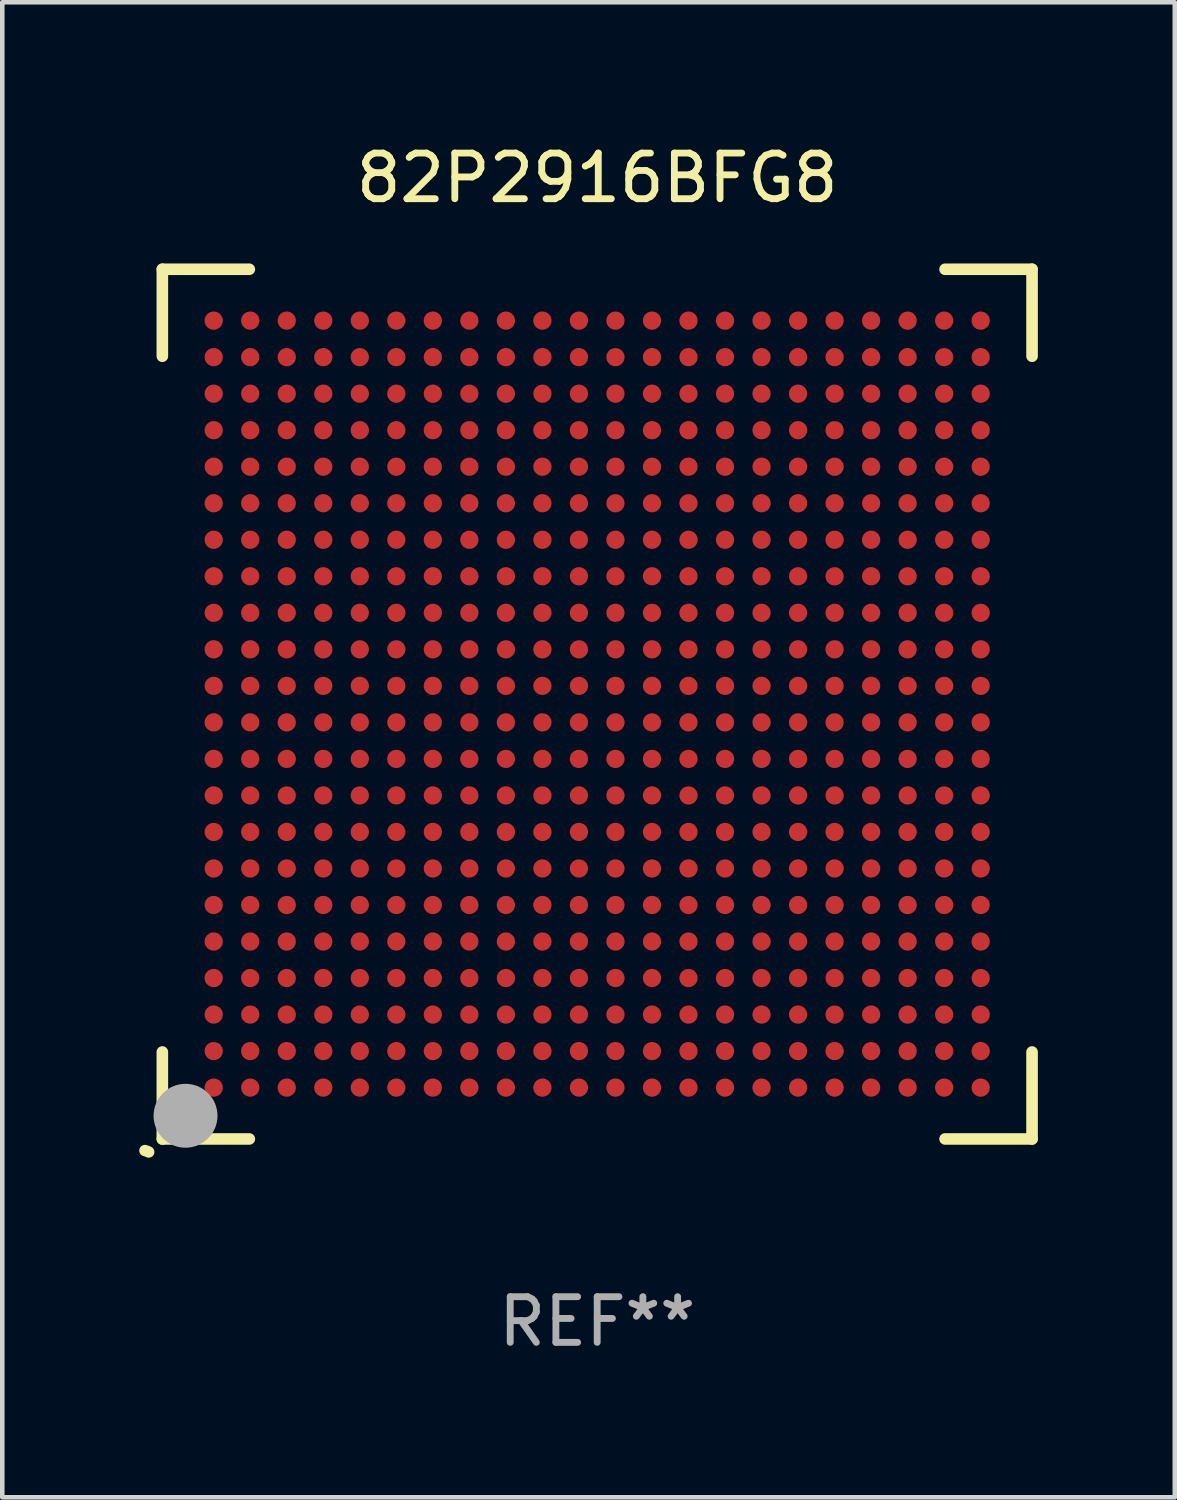
<source format=kicad_pcb>
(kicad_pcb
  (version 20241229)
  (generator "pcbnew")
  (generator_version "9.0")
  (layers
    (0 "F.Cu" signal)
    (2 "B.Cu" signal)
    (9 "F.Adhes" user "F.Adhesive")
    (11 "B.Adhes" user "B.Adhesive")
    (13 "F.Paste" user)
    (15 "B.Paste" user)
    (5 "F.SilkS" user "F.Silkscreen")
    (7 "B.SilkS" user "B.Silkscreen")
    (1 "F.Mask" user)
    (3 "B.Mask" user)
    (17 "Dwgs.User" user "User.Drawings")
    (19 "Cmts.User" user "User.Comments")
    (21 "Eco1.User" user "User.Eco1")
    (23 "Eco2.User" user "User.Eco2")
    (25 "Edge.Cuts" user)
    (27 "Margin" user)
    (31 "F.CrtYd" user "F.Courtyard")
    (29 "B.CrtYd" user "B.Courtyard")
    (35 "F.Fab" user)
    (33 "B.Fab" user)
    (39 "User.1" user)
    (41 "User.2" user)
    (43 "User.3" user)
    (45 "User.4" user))
  (footprint "82P2916BFG8"
    (layer "F.Cu")
    (at 10.031 12.373)
    (property "Reference" "82P2916BFG8" (at 0 -11.525 0) (layer "F.SilkS") (effects (font (size 1 1) (thickness 0.15))))
    (attr through_hole)
    (fp_line (start -9.525 -9.525) (end -7.62 -9.525) (stroke (width 0.254) (type solid)) (layer "F.SilkS"))
    (fp_line (start -9.525 -7.62) (end -9.525 -9.525) (stroke (width 0.254) (type solid)) (layer "F.SilkS"))
    (fp_line (start -9.525 9.525) (end -9.525 7.62) (stroke (width 0.254) (type solid)) (layer "F.SilkS"))
    (fp_line (start -7.62 9.525) (end -9.525 9.525) (stroke (width 0.254) (type solid)) (layer "F.SilkS"))
    (fp_line (start 7.62 -9.525) (end 9.525 -9.525) (stroke (width 0.254) (type solid)) (layer "F.SilkS"))
    (fp_line (start 9.525 -9.525) (end 9.525 -7.62) (stroke (width 0.254) (type solid)) (layer "F.SilkS"))
    (fp_line (start 9.525 7.62) (end 9.525 9.525) (stroke (width 0.254) (type solid)) (layer "F.SilkS"))
    (fp_line (start 9.525 9.525) (end 7.62 9.525) (stroke (width 0.254) (type solid)) (layer "F.SilkS"))
    (fp_arc (start -9.90602 9.778943) (mid -9.863917 9.791423) (end -9.823978 9.809677) (stroke (width 0.249936) (type solid)) (layer "F.SilkS"))
    (fp_circle (center -9.5 9.5) (end -9.47 9.5) (stroke (width 0.06) (type solid)) (fill no) (layer "F.SilkS"))
    (fp_circle (center -9.017 9.017) (end -8.667 9.017) (stroke (width 0.7) (type solid)) (fill no) (layer "F.Fab"))
    (fp_text user "REF**" (at 0 13.525 0) (layer "F.Fab") (effects (font (size 1 1) (thickness 0.15))))
    (pad "A1" smd circle (at -8.4 8.4) (size 0.4 0.4) (layers "F.Cu" "F.Mask" "F.Paste"))
    (pad "A2" smd circle (at -8.4 7.6) (size 0.4 0.4) (layers "F.Cu" "F.Mask" "F.Paste"))
    (pad "A3" smd circle (at -8.4 6.8) (size 0.4 0.4) (layers "F.Cu" "F.Mask" "F.Paste"))
    (pad "A4" smd circle (at -8.4 6) (size 0.4 0.4) (layers "F.Cu" "F.Mask" "F.Paste"))
    (pad "A5" smd circle (at -8.4 5.2) (size 0.4 0.4) (layers "F.Cu" "F.Mask" "F.Paste"))
    (pad "A6" smd circle (at -8.4 4.4) (size 0.4 0.4) (layers "F.Cu" "F.Mask" "F.Paste"))
    (pad "A7" smd circle (at -8.4 3.6) (size 0.4 0.4) (layers "F.Cu" "F.Mask" "F.Paste"))
    (pad "A8" smd circle (at -8.4 2.8) (size 0.4 0.4) (layers "F.Cu" "F.Mask" "F.Paste"))
    (pad "A9" smd circle (at -8.4 2) (size 0.4 0.4) (layers "F.Cu" "F.Mask" "F.Paste"))
    (pad "A10" smd circle (at -8.4 1.2) (size 0.4 0.4) (layers "F.Cu" "F.Mask" "F.Paste"))
    (pad "A11" smd circle (at -8.4 0.4) (size 0.4 0.4) (layers "F.Cu" "F.Mask" "F.Paste"))
    (pad "A12" smd circle (at -8.4 -0.4) (size 0.4 0.4) (layers "F.Cu" "F.Mask" "F.Paste"))
    (pad "A13" smd circle (at -8.4 -1.2) (size 0.4 0.4) (layers "F.Cu" "F.Mask" "F.Paste"))
    (pad "A14" smd circle (at -8.4 -2) (size 0.4 0.4) (layers "F.Cu" "F.Mask" "F.Paste"))
    (pad "A15" smd circle (at -8.4 -2.8) (size 0.4 0.4) (layers "F.Cu" "F.Mask" "F.Paste"))
    (pad "A16" smd circle (at -8.4 -3.6) (size 0.4 0.4) (layers "F.Cu" "F.Mask" "F.Paste"))
    (pad "A17" smd circle (at -8.4 -4.4) (size 0.4 0.4) (layers "F.Cu" "F.Mask" "F.Paste"))
    (pad "A18" smd circle (at -8.4 -5.2) (size 0.4 0.4) (layers "F.Cu" "F.Mask" "F.Paste"))
    (pad "A19" smd circle (at -8.4 -6) (size 0.4 0.4) (layers "F.Cu" "F.Mask" "F.Paste"))
    (pad "A20" smd circle (at -8.4 -6.8) (size 0.4 0.4) (layers "F.Cu" "F.Mask" "F.Paste"))
    (pad "A21" smd circle (at -8.4 -7.6) (size 0.4 0.4) (layers "F.Cu" "F.Mask" "F.Paste"))
    (pad "A22" smd circle (at -8.4 -8.4) (size 0.4 0.4) (layers "F.Cu" "F.Mask" "F.Paste"))
    (pad "AA1" smd circle (at 7.6 8.4) (size 0.4 0.4) (layers "F.Cu" "F.Mask" "F.Paste"))
    (pad "AA2" smd circle (at 7.6 7.6) (size 0.4 0.4) (layers "F.Cu" "F.Mask" "F.Paste"))
    (pad "AA3" smd circle (at 7.6 6.8) (size 0.4 0.4) (layers "F.Cu" "F.Mask" "F.Paste"))
    (pad "AA4" smd circle (at 7.6 6) (size 0.4 0.4) (layers "F.Cu" "F.Mask" "F.Paste"))
    (pad "AA5" smd circle (at 7.6 5.2) (size 0.4 0.4) (layers "F.Cu" "F.Mask" "F.Paste"))
    (pad "AA6" smd circle (at 7.6 4.4) (size 0.4 0.4) (layers "F.Cu" "F.Mask" "F.Paste"))
    (pad "AA7" smd circle (at 7.6 3.6) (size 0.4 0.4) (layers "F.Cu" "F.Mask" "F.Paste"))
    (pad "AA8" smd circle (at 7.6 2.8) (size 0.4 0.4) (layers "F.Cu" "F.Mask" "F.Paste"))
    (pad "AA9" smd circle (at 7.6 2) (size 0.4 0.4) (layers "F.Cu" "F.Mask" "F.Paste"))
    (pad "AA10" smd circle (at 7.6 1.2) (size 0.4 0.4) (layers "F.Cu" "F.Mask" "F.Paste"))
    (pad "AA11" smd circle (at 7.6 0.4) (size 0.4 0.4) (layers "F.Cu" "F.Mask" "F.Paste"))
    (pad "AA12" smd circle (at 7.6 -0.4) (size 0.4 0.4) (layers "F.Cu" "F.Mask" "F.Paste"))
    (pad "AA13" smd circle (at 7.6 -1.2) (size 0.4 0.4) (layers "F.Cu" "F.Mask" "F.Paste"))
    (pad "AA14" smd circle (at 7.6 -2) (size 0.4 0.4) (layers "F.Cu" "F.Mask" "F.Paste"))
    (pad "AA15" smd circle (at 7.6 -2.8) (size 0.4 0.4) (layers "F.Cu" "F.Mask" "F.Paste"))
    (pad "AA16" smd circle (at 7.6 -3.6) (size 0.4 0.4) (layers "F.Cu" "F.Mask" "F.Paste"))
    (pad "AA17" smd circle (at 7.6 -4.4) (size 0.4 0.4) (layers "F.Cu" "F.Mask" "F.Paste"))
    (pad "AA18" smd circle (at 7.6 -5.2) (size 0.4 0.4) (layers "F.Cu" "F.Mask" "F.Paste"))
    (pad "AA19" smd circle (at 7.6 -6) (size 0.4 0.4) (layers "F.Cu" "F.Mask" "F.Paste"))
    (pad "AA20" smd circle (at 7.6 -6.8) (size 0.4 0.4) (layers "F.Cu" "F.Mask" "F.Paste"))
    (pad "AA21" smd circle (at 7.6 -7.6) (size 0.4 0.4) (layers "F.Cu" "F.Mask" "F.Paste"))
    (pad "AA22" smd circle (at 7.6 -8.4) (size 0.4 0.4) (layers "F.Cu" "F.Mask" "F.Paste"))
    (pad "AB1" smd circle (at 8.4 8.4) (size 0.4 0.4) (layers "F.Cu" "F.Mask" "F.Paste"))
    (pad "AB2" smd circle (at 8.4 7.6) (size 0.4 0.4) (layers "F.Cu" "F.Mask" "F.Paste"))
    (pad "AB3" smd circle (at 8.4 6.8) (size 0.4 0.4) (layers "F.Cu" "F.Mask" "F.Paste"))
    (pad "AB4" smd circle (at 8.4 6) (size 0.4 0.4) (layers "F.Cu" "F.Mask" "F.Paste"))
    (pad "AB5" smd circle (at 8.4 5.2) (size 0.4 0.4) (layers "F.Cu" "F.Mask" "F.Paste"))
    (pad "AB6" smd circle (at 8.4 4.4) (size 0.4 0.4) (layers "F.Cu" "F.Mask" "F.Paste"))
    (pad "AB7" smd circle (at 8.4 3.6) (size 0.4 0.4) (layers "F.Cu" "F.Mask" "F.Paste"))
    (pad "AB8" smd circle (at 8.4 2.8) (size 0.4 0.4) (layers "F.Cu" "F.Mask" "F.Paste"))
    (pad "AB9" smd circle (at 8.4 2) (size 0.4 0.4) (layers "F.Cu" "F.Mask" "F.Paste"))
    (pad "AB10" smd circle (at 8.4 1.2) (size 0.4 0.4) (layers "F.Cu" "F.Mask" "F.Paste"))
    (pad "AB11" smd circle (at 8.4 0.4) (size 0.4 0.4) (layers "F.Cu" "F.Mask" "F.Paste"))
    (pad "AB12" smd circle (at 8.4 -0.4) (size 0.4 0.4) (layers "F.Cu" "F.Mask" "F.Paste"))
    (pad "AB13" smd circle (at 8.4 -1.2) (size 0.4 0.4) (layers "F.Cu" "F.Mask" "F.Paste"))
    (pad "AB14" smd circle (at 8.4 -2) (size 0.4 0.4) (layers "F.Cu" "F.Mask" "F.Paste"))
    (pad "AB15" smd circle (at 8.4 -2.8) (size 0.4 0.4) (layers "F.Cu" "F.Mask" "F.Paste"))
    (pad "AB16" smd circle (at 8.4 -3.6) (size 0.4 0.4) (layers "F.Cu" "F.Mask" "F.Paste"))
    (pad "AB17" smd circle (at 8.4 -4.4) (size 0.4 0.4) (layers "F.Cu" "F.Mask" "F.Paste"))
    (pad "AB18" smd circle (at 8.4 -5.2) (size 0.4 0.4) (layers "F.Cu" "F.Mask" "F.Paste"))
    (pad "AB19" smd circle (at 8.4 -6) (size 0.4 0.4) (layers "F.Cu" "F.Mask" "F.Paste"))
    (pad "AB20" smd circle (at 8.4 -6.8) (size 0.4 0.4) (layers "F.Cu" "F.Mask" "F.Paste"))
    (pad "AB21" smd circle (at 8.4 -7.6) (size 0.4 0.4) (layers "F.Cu" "F.Mask" "F.Paste"))
    (pad "AB22" smd circle (at 8.4 -8.4) (size 0.4 0.4) (layers "F.Cu" "F.Mask" "F.Paste"))
    (pad "B1" smd circle (at -7.6 8.4) (size 0.4 0.4) (layers "F.Cu" "F.Mask" "F.Paste"))
    (pad "B2" smd circle (at -7.6 7.6) (size 0.4 0.4) (layers "F.Cu" "F.Mask" "F.Paste"))
    (pad "B3" smd circle (at -7.6 6.8) (size 0.4 0.4) (layers "F.Cu" "F.Mask" "F.Paste"))
    (pad "B4" smd circle (at -7.6 6) (size 0.4 0.4) (layers "F.Cu" "F.Mask" "F.Paste"))
    (pad "B5" smd circle (at -7.6 5.2) (size 0.4 0.4) (layers "F.Cu" "F.Mask" "F.Paste"))
    (pad "B6" smd circle (at -7.6 4.4) (size 0.4 0.4) (layers "F.Cu" "F.Mask" "F.Paste"))
    (pad "B7" smd circle (at -7.6 3.6) (size 0.4 0.4) (layers "F.Cu" "F.Mask" "F.Paste"))
    (pad "B8" smd circle (at -7.6 2.8) (size 0.4 0.4) (layers "F.Cu" "F.Mask" "F.Paste"))
    (pad "B9" smd circle (at -7.6 2) (size 0.4 0.4) (layers "F.Cu" "F.Mask" "F.Paste"))
    (pad "B10" smd circle (at -7.6 1.2) (size 0.4 0.4) (layers "F.Cu" "F.Mask" "F.Paste"))
    (pad "B11" smd circle (at -7.6 0.4) (size 0.4 0.4) (layers "F.Cu" "F.Mask" "F.Paste"))
    (pad "B12" smd circle (at -7.6 -0.4) (size 0.4 0.4) (layers "F.Cu" "F.Mask" "F.Paste"))
    (pad "B13" smd circle (at -7.6 -1.2) (size 0.4 0.4) (layers "F.Cu" "F.Mask" "F.Paste"))
    (pad "B14" smd circle (at -7.6 -2) (size 0.4 0.4) (layers "F.Cu" "F.Mask" "F.Paste"))
    (pad "B15" smd circle (at -7.6 -2.8) (size 0.4 0.4) (layers "F.Cu" "F.Mask" "F.Paste"))
    (pad "B16" smd circle (at -7.6 -3.6) (size 0.4 0.4) (layers "F.Cu" "F.Mask" "F.Paste"))
    (pad "B17" smd circle (at -7.6 -4.4) (size 0.4 0.4) (layers "F.Cu" "F.Mask" "F.Paste"))
    (pad "B18" smd circle (at -7.6 -5.2) (size 0.4 0.4) (layers "F.Cu" "F.Mask" "F.Paste"))
    (pad "B19" smd circle (at -7.6 -6) (size 0.4 0.4) (layers "F.Cu" "F.Mask" "F.Paste"))
    (pad "B20" smd circle (at -7.6 -6.8) (size 0.4 0.4) (layers "F.Cu" "F.Mask" "F.Paste"))
    (pad "B21" smd circle (at -7.6 -7.6) (size 0.4 0.4) (layers "F.Cu" "F.Mask" "F.Paste"))
    (pad "B22" smd circle (at -7.6 -8.4) (size 0.4 0.4) (layers "F.Cu" "F.Mask" "F.Paste"))
    (pad "C1" smd circle (at -6.8 8.4) (size 0.4 0.4) (layers "F.Cu" "F.Mask" "F.Paste"))
    (pad "C2" smd circle (at -6.8 7.6) (size 0.4 0.4) (layers "F.Cu" "F.Mask" "F.Paste"))
    (pad "C3" smd circle (at -6.8 6.8) (size 0.4 0.4) (layers "F.Cu" "F.Mask" "F.Paste"))
    (pad "C4" smd circle (at -6.8 6) (size 0.4 0.4) (layers "F.Cu" "F.Mask" "F.Paste"))
    (pad "C5" smd circle (at -6.8 5.2) (size 0.4 0.4) (layers "F.Cu" "F.Mask" "F.Paste"))
    (pad "C6" smd circle (at -6.8 4.4) (size 0.4 0.4) (layers "F.Cu" "F.Mask" "F.Paste"))
    (pad "C7" smd circle (at -6.8 3.6) (size 0.4 0.4) (layers "F.Cu" "F.Mask" "F.Paste"))
    (pad "C8" smd circle (at -6.8 2.8) (size 0.4 0.4) (layers "F.Cu" "F.Mask" "F.Paste"))
    (pad "C9" smd circle (at -6.8 2) (size 0.4 0.4) (layers "F.Cu" "F.Mask" "F.Paste"))
    (pad "C10" smd circle (at -6.8 1.2) (size 0.4 0.4) (layers "F.Cu" "F.Mask" "F.Paste"))
    (pad "C11" smd circle (at -6.8 0.4) (size 0.4 0.4) (layers "F.Cu" "F.Mask" "F.Paste"))
    (pad "C12" smd circle (at -6.8 -0.4) (size 0.4 0.4) (layers "F.Cu" "F.Mask" "F.Paste"))
    (pad "C13" smd circle (at -6.8 -1.2) (size 0.4 0.4) (layers "F.Cu" "F.Mask" "F.Paste"))
    (pad "C14" smd circle (at -6.8 -2) (size 0.4 0.4) (layers "F.Cu" "F.Mask" "F.Paste"))
    (pad "C15" smd circle (at -6.8 -2.8) (size 0.4 0.4) (layers "F.Cu" "F.Mask" "F.Paste"))
    (pad "C16" smd circle (at -6.8 -3.6) (size 0.4 0.4) (layers "F.Cu" "F.Mask" "F.Paste"))
    (pad "C17" smd circle (at -6.8 -4.4) (size 0.4 0.4) (layers "F.Cu" "F.Mask" "F.Paste"))
    (pad "C18" smd circle (at -6.8 -5.2) (size 0.4 0.4) (layers "F.Cu" "F.Mask" "F.Paste"))
    (pad "C19" smd circle (at -6.8 -6) (size 0.4 0.4) (layers "F.Cu" "F.Mask" "F.Paste"))
    (pad "C20" smd circle (at -6.8 -6.8) (size 0.4 0.4) (layers "F.Cu" "F.Mask" "F.Paste"))
    (pad "C21" smd circle (at -6.8 -7.6) (size 0.4 0.4) (layers "F.Cu" "F.Mask" "F.Paste"))
    (pad "C22" smd circle (at -6.8 -8.4) (size 0.4 0.4) (layers "F.Cu" "F.Mask" "F.Paste"))
    (pad "D1" smd circle (at -6 8.4) (size 0.4 0.4) (layers "F.Cu" "F.Mask" "F.Paste"))
    (pad "D2" smd circle (at -6 7.6) (size 0.4 0.4) (layers "F.Cu" "F.Mask" "F.Paste"))
    (pad "D3" smd circle (at -6 6.8) (size 0.4 0.4) (layers "F.Cu" "F.Mask" "F.Paste"))
    (pad "D4" smd circle (at -6 6) (size 0.4 0.4) (layers "F.Cu" "F.Mask" "F.Paste"))
    (pad "D5" smd circle (at -6 5.2) (size 0.4 0.4) (layers "F.Cu" "F.Mask" "F.Paste"))
    (pad "D6" smd circle (at -6 4.4) (size 0.4 0.4) (layers "F.Cu" "F.Mask" "F.Paste"))
    (pad "D7" smd circle (at -6 3.6) (size 0.4 0.4) (layers "F.Cu" "F.Mask" "F.Paste"))
    (pad "D8" smd circle (at -6 2.8) (size 0.4 0.4) (layers "F.Cu" "F.Mask" "F.Paste"))
    (pad "D9" smd circle (at -6 2) (size 0.4 0.4) (layers "F.Cu" "F.Mask" "F.Paste"))
    (pad "D10" smd circle (at -6 1.2) (size 0.4 0.4) (layers "F.Cu" "F.Mask" "F.Paste"))
    (pad "D11" smd circle (at -6 0.4) (size 0.4 0.4) (layers "F.Cu" "F.Mask" "F.Paste"))
    (pad "D12" smd circle (at -6 -0.4) (size 0.4 0.4) (layers "F.Cu" "F.Mask" "F.Paste"))
    (pad "D13" smd circle (at -6 -1.2) (size 0.4 0.4) (layers "F.Cu" "F.Mask" "F.Paste"))
    (pad "D14" smd circle (at -6 -2) (size 0.4 0.4) (layers "F.Cu" "F.Mask" "F.Paste"))
    (pad "D15" smd circle (at -6 -2.8) (size 0.4 0.4) (layers "F.Cu" "F.Mask" "F.Paste"))
    (pad "D16" smd circle (at -6 -3.6) (size 0.4 0.4) (layers "F.Cu" "F.Mask" "F.Paste"))
    (pad "D17" smd circle (at -6 -4.4) (size 0.4 0.4) (layers "F.Cu" "F.Mask" "F.Paste"))
    (pad "D18" smd circle (at -6 -5.2) (size 0.4 0.4) (layers "F.Cu" "F.Mask" "F.Paste"))
    (pad "D19" smd circle (at -6 -6) (size 0.4 0.4) (layers "F.Cu" "F.Mask" "F.Paste"))
    (pad "D20" smd circle (at -6 -6.8) (size 0.4 0.4) (layers "F.Cu" "F.Mask" "F.Paste"))
    (pad "D21" smd circle (at -6 -7.6) (size 0.4 0.4) (layers "F.Cu" "F.Mask" "F.Paste"))
    (pad "D22" smd circle (at -6 -8.4) (size 0.4 0.4) (layers "F.Cu" "F.Mask" "F.Paste"))
    (pad "E1" smd circle (at -5.2 8.4) (size 0.4 0.4) (layers "F.Cu" "F.Mask" "F.Paste"))
    (pad "E2" smd circle (at -5.2 7.6) (size 0.4 0.4) (layers "F.Cu" "F.Mask" "F.Paste"))
    (pad "E3" smd circle (at -5.2 6.8) (size 0.4 0.4) (layers "F.Cu" "F.Mask" "F.Paste"))
    (pad "E4" smd circle (at -5.2 6) (size 0.4 0.4) (layers "F.Cu" "F.Mask" "F.Paste"))
    (pad "E5" smd circle (at -5.2 5.2) (size 0.4 0.4) (layers "F.Cu" "F.Mask" "F.Paste"))
    (pad "E6" smd circle (at -5.2 4.4) (size 0.4 0.4) (layers "F.Cu" "F.Mask" "F.Paste"))
    (pad "E7" smd circle (at -5.2 3.6) (size 0.4 0.4) (layers "F.Cu" "F.Mask" "F.Paste"))
    (pad "E8" smd circle (at -5.2 2.8) (size 0.4 0.4) (layers "F.Cu" "F.Mask" "F.Paste"))
    (pad "E9" smd circle (at -5.2 2) (size 0.4 0.4) (layers "F.Cu" "F.Mask" "F.Paste"))
    (pad "E10" smd circle (at -5.2 1.2) (size 0.4 0.4) (layers "F.Cu" "F.Mask" "F.Paste"))
    (pad "E11" smd circle (at -5.2 0.4) (size 0.4 0.4) (layers "F.Cu" "F.Mask" "F.Paste"))
    (pad "E12" smd circle (at -5.2 -0.4) (size 0.4 0.4) (layers "F.Cu" "F.Mask" "F.Paste"))
    (pad "E13" smd circle (at -5.2 -1.2) (size 0.4 0.4) (layers "F.Cu" "F.Mask" "F.Paste"))
    (pad "E14" smd circle (at -5.2 -2) (size 0.4 0.4) (layers "F.Cu" "F.Mask" "F.Paste"))
    (pad "E15" smd circle (at -5.2 -2.8) (size 0.4 0.4) (layers "F.Cu" "F.Mask" "F.Paste"))
    (pad "E16" smd circle (at -5.2 -3.6) (size 0.4 0.4) (layers "F.Cu" "F.Mask" "F.Paste"))
    (pad "E17" smd circle (at -5.2 -4.4) (size 0.4 0.4) (layers "F.Cu" "F.Mask" "F.Paste"))
    (pad "E18" smd circle (at -5.2 -5.2) (size 0.4 0.4) (layers "F.Cu" "F.Mask" "F.Paste"))
    (pad "E19" smd circle (at -5.2 -6) (size 0.4 0.4) (layers "F.Cu" "F.Mask" "F.Paste"))
    (pad "E20" smd circle (at -5.2 -6.8) (size 0.4 0.4) (layers "F.Cu" "F.Mask" "F.Paste"))
    (pad "E21" smd circle (at -5.2 -7.6) (size 0.4 0.4) (layers "F.Cu" "F.Mask" "F.Paste"))
    (pad "E22" smd circle (at -5.2 -8.4) (size 0.4 0.4) (layers "F.Cu" "F.Mask" "F.Paste"))
    (pad "F1" smd circle (at -4.4 8.4) (size 0.4 0.4) (layers "F.Cu" "F.Mask" "F.Paste"))
    (pad "F2" smd circle (at -4.4 7.6) (size 0.4 0.4) (layers "F.Cu" "F.Mask" "F.Paste"))
    (pad "F3" smd circle (at -4.4 6.8) (size 0.4 0.4) (layers "F.Cu" "F.Mask" "F.Paste"))
    (pad "F4" smd circle (at -4.4 6) (size 0.4 0.4) (layers "F.Cu" "F.Mask" "F.Paste"))
    (pad "F5" smd circle (at -4.4 5.2) (size 0.4 0.4) (layers "F.Cu" "F.Mask" "F.Paste"))
    (pad "F6" smd circle (at -4.4 4.4) (size 0.4 0.4) (layers "F.Cu" "F.Mask" "F.Paste"))
    (pad "F7" smd circle (at -4.4 3.6) (size 0.4 0.4) (layers "F.Cu" "F.Mask" "F.Paste"))
    (pad "F8" smd circle (at -4.4 2.8) (size 0.4 0.4) (layers "F.Cu" "F.Mask" "F.Paste"))
    (pad "F9" smd circle (at -4.4 2) (size 0.4 0.4) (layers "F.Cu" "F.Mask" "F.Paste"))
    (pad "F10" smd circle (at -4.4 1.2) (size 0.4 0.4) (layers "F.Cu" "F.Mask" "F.Paste"))
    (pad "F11" smd circle (at -4.4 0.4) (size 0.4 0.4) (layers "F.Cu" "F.Mask" "F.Paste"))
    (pad "F12" smd circle (at -4.4 -0.4) (size 0.4 0.4) (layers "F.Cu" "F.Mask" "F.Paste"))
    (pad "F13" smd circle (at -4.4 -1.2) (size 0.4 0.4) (layers "F.Cu" "F.Mask" "F.Paste"))
    (pad "F14" smd circle (at -4.4 -2) (size 0.4 0.4) (layers "F.Cu" "F.Mask" "F.Paste"))
    (pad "F15" smd circle (at -4.4 -2.8) (size 0.4 0.4) (layers "F.Cu" "F.Mask" "F.Paste"))
    (pad "F16" smd circle (at -4.4 -3.6) (size 0.4 0.4) (layers "F.Cu" "F.Mask" "F.Paste"))
    (pad "F17" smd circle (at -4.4 -4.4) (size 0.4 0.4) (layers "F.Cu" "F.Mask" "F.Paste"))
    (pad "F18" smd circle (at -4.4 -5.2) (size 0.4 0.4) (layers "F.Cu" "F.Mask" "F.Paste"))
    (pad "F19" smd circle (at -4.4 -6) (size 0.4 0.4) (layers "F.Cu" "F.Mask" "F.Paste"))
    (pad "F20" smd circle (at -4.4 -6.8) (size 0.4 0.4) (layers "F.Cu" "F.Mask" "F.Paste"))
    (pad "F21" smd circle (at -4.4 -7.6) (size 0.4 0.4) (layers "F.Cu" "F.Mask" "F.Paste"))
    (pad "F22" smd circle (at -4.4 -8.4) (size 0.4 0.4) (layers "F.Cu" "F.Mask" "F.Paste"))
    (pad "G1" smd circle (at -3.6 8.4) (size 0.4 0.4) (layers "F.Cu" "F.Mask" "F.Paste"))
    (pad "G2" smd circle (at -3.6 7.6) (size 0.4 0.4) (layers "F.Cu" "F.Mask" "F.Paste"))
    (pad "G3" smd circle (at -3.6 6.8) (size 0.4 0.4) (layers "F.Cu" "F.Mask" "F.Paste"))
    (pad "G4" smd circle (at -3.6 6) (size 0.4 0.4) (layers "F.Cu" "F.Mask" "F.Paste"))
    (pad "G5" smd circle (at -3.6 5.2) (size 0.4 0.4) (layers "F.Cu" "F.Mask" "F.Paste"))
    (pad "G6" smd circle (at -3.6 4.4) (size 0.4 0.4) (layers "F.Cu" "F.Mask" "F.Paste"))
    (pad "G7" smd circle (at -3.6 3.6) (size 0.4 0.4) (layers "F.Cu" "F.Mask" "F.Paste"))
    (pad "G8" smd circle (at -3.6 2.8) (size 0.4 0.4) (layers "F.Cu" "F.Mask" "F.Paste"))
    (pad "G9" smd circle (at -3.6 2) (size 0.4 0.4) (layers "F.Cu" "F.Mask" "F.Paste"))
    (pad "G10" smd circle (at -3.6 1.2) (size 0.4 0.4) (layers "F.Cu" "F.Mask" "F.Paste"))
    (pad "G11" smd circle (at -3.6 0.4) (size 0.4 0.4) (layers "F.Cu" "F.Mask" "F.Paste"))
    (pad "G12" smd circle (at -3.6 -0.4) (size 0.4 0.4) (layers "F.Cu" "F.Mask" "F.Paste"))
    (pad "G13" smd circle (at -3.6 -1.2) (size 0.4 0.4) (layers "F.Cu" "F.Mask" "F.Paste"))
    (pad "G14" smd circle (at -3.6 -2) (size 0.4 0.4) (layers "F.Cu" "F.Mask" "F.Paste"))
    (pad "G15" smd circle (at -3.6 -2.8) (size 0.4 0.4) (layers "F.Cu" "F.Mask" "F.Paste"))
    (pad "G16" smd circle (at -3.6 -3.6) (size 0.4 0.4) (layers "F.Cu" "F.Mask" "F.Paste"))
    (pad "G17" smd circle (at -3.6 -4.4) (size 0.4 0.4) (layers "F.Cu" "F.Mask" "F.Paste"))
    (pad "G18" smd circle (at -3.6 -5.2) (size 0.4 0.4) (layers "F.Cu" "F.Mask" "F.Paste"))
    (pad "G19" smd circle (at -3.6 -6) (size 0.4 0.4) (layers "F.Cu" "F.Mask" "F.Paste"))
    (pad "G20" smd circle (at -3.6 -6.8) (size 0.4 0.4) (layers "F.Cu" "F.Mask" "F.Paste"))
    (pad "G21" smd circle (at -3.6 -7.6) (size 0.4 0.4) (layers "F.Cu" "F.Mask" "F.Paste"))
    (pad "G22" smd circle (at -3.6 -8.4) (size 0.4 0.4) (layers "F.Cu" "F.Mask" "F.Paste"))
    (pad "H1" smd circle (at -2.8 8.4) (size 0.4 0.4) (layers "F.Cu" "F.Mask" "F.Paste"))
    (pad "H2" smd circle (at -2.8 7.6) (size 0.4 0.4) (layers "F.Cu" "F.Mask" "F.Paste"))
    (pad "H3" smd circle (at -2.8 6.8) (size 0.4 0.4) (layers "F.Cu" "F.Mask" "F.Paste"))
    (pad "H4" smd circle (at -2.8 6) (size 0.4 0.4) (layers "F.Cu" "F.Mask" "F.Paste"))
    (pad "H5" smd circle (at -2.8 5.2) (size 0.4 0.4) (layers "F.Cu" "F.Mask" "F.Paste"))
    (pad "H6" smd circle (at -2.8 4.4) (size 0.4 0.4) (layers "F.Cu" "F.Mask" "F.Paste"))
    (pad "H7" smd circle (at -2.8 3.6) (size 0.4 0.4) (layers "F.Cu" "F.Mask" "F.Paste"))
    (pad "H8" smd circle (at -2.8 2.8) (size 0.4 0.4) (layers "F.Cu" "F.Mask" "F.Paste"))
    (pad "H9" smd circle (at -2.8 2) (size 0.4 0.4) (layers "F.Cu" "F.Mask" "F.Paste"))
    (pad "H10" smd circle (at -2.8 1.2) (size 0.4 0.4) (layers "F.Cu" "F.Mask" "F.Paste"))
    (pad "H11" smd circle (at -2.8 0.4) (size 0.4 0.4) (layers "F.Cu" "F.Mask" "F.Paste"))
    (pad "H12" smd circle (at -2.8 -0.4) (size 0.4 0.4) (layers "F.Cu" "F.Mask" "F.Paste"))
    (pad "H13" smd circle (at -2.8 -1.2) (size 0.4 0.4) (layers "F.Cu" "F.Mask" "F.Paste"))
    (pad "H14" smd circle (at -2.8 -2) (size 0.4 0.4) (layers "F.Cu" "F.Mask" "F.Paste"))
    (pad "H15" smd circle (at -2.8 -2.8) (size 0.4 0.4) (layers "F.Cu" "F.Mask" "F.Paste"))
    (pad "H16" smd circle (at -2.8 -3.6) (size 0.4 0.4) (layers "F.Cu" "F.Mask" "F.Paste"))
    (pad "H17" smd circle (at -2.8 -4.4) (size 0.4 0.4) (layers "F.Cu" "F.Mask" "F.Paste"))
    (pad "H18" smd circle (at -2.8 -5.2) (size 0.4 0.4) (layers "F.Cu" "F.Mask" "F.Paste"))
    (pad "H19" smd circle (at -2.8 -6) (size 0.4 0.4) (layers "F.Cu" "F.Mask" "F.Paste"))
    (pad "H20" smd circle (at -2.8 -6.8) (size 0.4 0.4) (layers "F.Cu" "F.Mask" "F.Paste"))
    (pad "H21" smd circle (at -2.8 -7.6) (size 0.4 0.4) (layers "F.Cu" "F.Mask" "F.Paste"))
    (pad "H22" smd circle (at -2.8 -8.4) (size 0.4 0.4) (layers "F.Cu" "F.Mask" "F.Paste"))
    (pad "J1" smd circle (at -2 8.4) (size 0.4 0.4) (layers "F.Cu" "F.Mask" "F.Paste"))
    (pad "J2" smd circle (at -2 7.6) (size 0.4 0.4) (layers "F.Cu" "F.Mask" "F.Paste"))
    (pad "J3" smd circle (at -2 6.8) (size 0.4 0.4) (layers "F.Cu" "F.Mask" "F.Paste"))
    (pad "J4" smd circle (at -2 6) (size 0.4 0.4) (layers "F.Cu" "F.Mask" "F.Paste"))
    (pad "J5" smd circle (at -2 5.2) (size 0.4 0.4) (layers "F.Cu" "F.Mask" "F.Paste"))
    (pad "J6" smd circle (at -2 4.4) (size 0.4 0.4) (layers "F.Cu" "F.Mask" "F.Paste"))
    (pad "J7" smd circle (at -2 3.6) (size 0.4 0.4) (layers "F.Cu" "F.Mask" "F.Paste"))
    (pad "J8" smd circle (at -2 2.8) (size 0.4 0.4) (layers "F.Cu" "F.Mask" "F.Paste"))
    (pad "J9" smd circle (at -2 2) (size 0.4 0.4) (layers "F.Cu" "F.Mask" "F.Paste"))
    (pad "J10" smd circle (at -2 1.2) (size 0.4 0.4) (layers "F.Cu" "F.Mask" "F.Paste"))
    (pad "J11" smd circle (at -2 0.4) (size 0.4 0.4) (layers "F.Cu" "F.Mask" "F.Paste"))
    (pad "J12" smd circle (at -2 -0.4) (size 0.4 0.4) (layers "F.Cu" "F.Mask" "F.Paste"))
    (pad "J13" smd circle (at -2 -1.2) (size 0.4 0.4) (layers "F.Cu" "F.Mask" "F.Paste"))
    (pad "J14" smd circle (at -2 -2) (size 0.4 0.4) (layers "F.Cu" "F.Mask" "F.Paste"))
    (pad "J15" smd circle (at -2 -2.8) (size 0.4 0.4) (layers "F.Cu" "F.Mask" "F.Paste"))
    (pad "J16" smd circle (at -2 -3.6) (size 0.4 0.4) (layers "F.Cu" "F.Mask" "F.Paste"))
    (pad "J17" smd circle (at -2 -4.4) (size 0.4 0.4) (layers "F.Cu" "F.Mask" "F.Paste"))
    (pad "J18" smd circle (at -2 -5.2) (size 0.4 0.4) (layers "F.Cu" "F.Mask" "F.Paste"))
    (pad "J19" smd circle (at -2 -6) (size 0.4 0.4) (layers "F.Cu" "F.Mask" "F.Paste"))
    (pad "J20" smd circle (at -2 -6.8) (size 0.4 0.4) (layers "F.Cu" "F.Mask" "F.Paste"))
    (pad "J21" smd circle (at -2 -7.6) (size 0.4 0.4) (layers "F.Cu" "F.Mask" "F.Paste"))
    (pad "J22" smd circle (at -2 -8.4) (size 0.4 0.4) (layers "F.Cu" "F.Mask" "F.Paste"))
    (pad "K1" smd circle (at -1.2 8.4) (size 0.4 0.4) (layers "F.Cu" "F.Mask" "F.Paste"))
    (pad "K2" smd circle (at -1.2 7.6) (size 0.4 0.4) (layers "F.Cu" "F.Mask" "F.Paste"))
    (pad "K3" smd circle (at -1.2 6.8) (size 0.4 0.4) (layers "F.Cu" "F.Mask" "F.Paste"))
    (pad "K4" smd circle (at -1.2 6) (size 0.4 0.4) (layers "F.Cu" "F.Mask" "F.Paste"))
    (pad "K5" smd circle (at -1.2 5.2) (size 0.4 0.4) (layers "F.Cu" "F.Mask" "F.Paste"))
    (pad "K6" smd circle (at -1.2 4.4) (size 0.4 0.4) (layers "F.Cu" "F.Mask" "F.Paste"))
    (pad "K7" smd circle (at -1.2 3.6) (size 0.4 0.4) (layers "F.Cu" "F.Mask" "F.Paste"))
    (pad "K8" smd circle (at -1.2 2.8) (size 0.4 0.4) (layers "F.Cu" "F.Mask" "F.Paste"))
    (pad "K9" smd circle (at -1.2 2) (size 0.4 0.4) (layers "F.Cu" "F.Mask" "F.Paste"))
    (pad "K10" smd circle (at -1.2 1.2) (size 0.4 0.4) (layers "F.Cu" "F.Mask" "F.Paste"))
    (pad "K11" smd circle (at -1.2 0.4) (size 0.4 0.4) (layers "F.Cu" "F.Mask" "F.Paste"))
    (pad "K12" smd circle (at -1.2 -0.4) (size 0.4 0.4) (layers "F.Cu" "F.Mask" "F.Paste"))
    (pad "K13" smd circle (at -1.2 -1.2) (size 0.4 0.4) (layers "F.Cu" "F.Mask" "F.Paste"))
    (pad "K14" smd circle (at -1.2 -2) (size 0.4 0.4) (layers "F.Cu" "F.Mask" "F.Paste"))
    (pad "K15" smd circle (at -1.2 -2.8) (size 0.4 0.4) (layers "F.Cu" "F.Mask" "F.Paste"))
    (pad "K16" smd circle (at -1.2 -3.6) (size 0.4 0.4) (layers "F.Cu" "F.Mask" "F.Paste"))
    (pad "K17" smd circle (at -1.2 -4.4) (size 0.4 0.4) (layers "F.Cu" "F.Mask" "F.Paste"))
    (pad "K18" smd circle (at -1.2 -5.2) (size 0.4 0.4) (layers "F.Cu" "F.Mask" "F.Paste"))
    (pad "K19" smd circle (at -1.2 -6) (size 0.4 0.4) (layers "F.Cu" "F.Mask" "F.Paste"))
    (pad "K20" smd circle (at -1.2 -6.8) (size 0.4 0.4) (layers "F.Cu" "F.Mask" "F.Paste"))
    (pad "K21" smd circle (at -1.2 -7.6) (size 0.4 0.4) (layers "F.Cu" "F.Mask" "F.Paste"))
    (pad "K22" smd circle (at -1.2 -8.4) (size 0.4 0.4) (layers "F.Cu" "F.Mask" "F.Paste"))
    (pad "L1" smd circle (at -0.4 8.4) (size 0.4 0.4) (layers "F.Cu" "F.Mask" "F.Paste"))
    (pad "L2" smd circle (at -0.4 7.6) (size 0.4 0.4) (layers "F.Cu" "F.Mask" "F.Paste"))
    (pad "L3" smd circle (at -0.4 6.8) (size 0.4 0.4) (layers "F.Cu" "F.Mask" "F.Paste"))
    (pad "L4" smd circle (at -0.4 6) (size 0.4 0.4) (layers "F.Cu" "F.Mask" "F.Paste"))
    (pad "L5" smd circle (at -0.4 5.2) (size 0.4 0.4) (layers "F.Cu" "F.Mask" "F.Paste"))
    (pad "L6" smd circle (at -0.4 4.4) (size 0.4 0.4) (layers "F.Cu" "F.Mask" "F.Paste"))
    (pad "L7" smd circle (at -0.4 3.6) (size 0.4 0.4) (layers "F.Cu" "F.Mask" "F.Paste"))
    (pad "L8" smd circle (at -0.4 2.8) (size 0.4 0.4) (layers "F.Cu" "F.Mask" "F.Paste"))
    (pad "L9" smd circle (at -0.4 2) (size 0.4 0.4) (layers "F.Cu" "F.Mask" "F.Paste"))
    (pad "L10" smd circle (at -0.4 1.2) (size 0.4 0.4) (layers "F.Cu" "F.Mask" "F.Paste"))
    (pad "L11" smd circle (at -0.4 0.4) (size 0.4 0.4) (layers "F.Cu" "F.Mask" "F.Paste"))
    (pad "L12" smd circle (at -0.4 -0.4) (size 0.4 0.4) (layers "F.Cu" "F.Mask" "F.Paste"))
    (pad "L13" smd circle (at -0.4 -1.2) (size 0.4 0.4) (layers "F.Cu" "F.Mask" "F.Paste"))
    (pad "L14" smd circle (at -0.4 -2) (size 0.4 0.4) (layers "F.Cu" "F.Mask" "F.Paste"))
    (pad "L15" smd circle (at -0.4 -2.8) (size 0.4 0.4) (layers "F.Cu" "F.Mask" "F.Paste"))
    (pad "L16" smd circle (at -0.4 -3.6) (size 0.4 0.4) (layers "F.Cu" "F.Mask" "F.Paste"))
    (pad "L17" smd circle (at -0.4 -4.4) (size 0.4 0.4) (layers "F.Cu" "F.Mask" "F.Paste"))
    (pad "L18" smd circle (at -0.4 -5.2) (size 0.4 0.4) (layers "F.Cu" "F.Mask" "F.Paste"))
    (pad "L19" smd circle (at -0.4 -6) (size 0.4 0.4) (layers "F.Cu" "F.Mask" "F.Paste"))
    (pad "L20" smd circle (at -0.4 -6.8) (size 0.4 0.4) (layers "F.Cu" "F.Mask" "F.Paste"))
    (pad "L21" smd circle (at -0.4 -7.6) (size 0.4 0.4) (layers "F.Cu" "F.Mask" "F.Paste"))
    (pad "L22" smd circle (at -0.4 -8.4) (size 0.4 0.4) (layers "F.Cu" "F.Mask" "F.Paste"))
    (pad "M1" smd circle (at 0.4 8.4) (size 0.4 0.4) (layers "F.Cu" "F.Mask" "F.Paste"))
    (pad "M2" smd circle (at 0.4 7.6) (size 0.4 0.4) (layers "F.Cu" "F.Mask" "F.Paste"))
    (pad "M3" smd circle (at 0.4 6.8) (size 0.4 0.4) (layers "F.Cu" "F.Mask" "F.Paste"))
    (pad "M4" smd circle (at 0.4 6) (size 0.4 0.4) (layers "F.Cu" "F.Mask" "F.Paste"))
    (pad "M5" smd circle (at 0.4 5.2) (size 0.4 0.4) (layers "F.Cu" "F.Mask" "F.Paste"))
    (pad "M6" smd circle (at 0.4 4.4) (size 0.4 0.4) (layers "F.Cu" "F.Mask" "F.Paste"))
    (pad "M7" smd circle (at 0.4 3.6) (size 0.4 0.4) (layers "F.Cu" "F.Mask" "F.Paste"))
    (pad "M8" smd circle (at 0.4 2.8) (size 0.4 0.4) (layers "F.Cu" "F.Mask" "F.Paste"))
    (pad "M9" smd circle (at 0.4 2) (size 0.4 0.4) (layers "F.Cu" "F.Mask" "F.Paste"))
    (pad "M10" smd circle (at 0.4 1.2) (size 0.4 0.4) (layers "F.Cu" "F.Mask" "F.Paste"))
    (pad "M11" smd circle (at 0.4 0.4) (size 0.4 0.4) (layers "F.Cu" "F.Mask" "F.Paste"))
    (pad "M12" smd circle (at 0.4 -0.4) (size 0.4 0.4) (layers "F.Cu" "F.Mask" "F.Paste"))
    (pad "M13" smd circle (at 0.4 -1.2) (size 0.4 0.4) (layers "F.Cu" "F.Mask" "F.Paste"))
    (pad "M14" smd circle (at 0.4 -2) (size 0.4 0.4) (layers "F.Cu" "F.Mask" "F.Paste"))
    (pad "M15" smd circle (at 0.4 -2.8) (size 0.4 0.4) (layers "F.Cu" "F.Mask" "F.Paste"))
    (pad "M16" smd circle (at 0.4 -3.6) (size 0.4 0.4) (layers "F.Cu" "F.Mask" "F.Paste"))
    (pad "M17" smd circle (at 0.4 -4.4) (size 0.4 0.4) (layers "F.Cu" "F.Mask" "F.Paste"))
    (pad "M18" smd circle (at 0.4 -5.2) (size 0.4 0.4) (layers "F.Cu" "F.Mask" "F.Paste"))
    (pad "M19" smd circle (at 0.4 -6) (size 0.4 0.4) (layers "F.Cu" "F.Mask" "F.Paste"))
    (pad "M20" smd circle (at 0.4 -6.8) (size 0.4 0.4) (layers "F.Cu" "F.Mask" "F.Paste"))
    (pad "M21" smd circle (at 0.4 -7.6) (size 0.4 0.4) (layers "F.Cu" "F.Mask" "F.Paste"))
    (pad "M22" smd circle (at 0.4 -8.4) (size 0.4 0.4) (layers "F.Cu" "F.Mask" "F.Paste"))
    (pad "N1" smd circle (at 1.2 8.4) (size 0.4 0.4) (layers "F.Cu" "F.Mask" "F.Paste"))
    (pad "N2" smd circle (at 1.2 7.6) (size 0.4 0.4) (layers "F.Cu" "F.Mask" "F.Paste"))
    (pad "N3" smd circle (at 1.2 6.8) (size 0.4 0.4) (layers "F.Cu" "F.Mask" "F.Paste"))
    (pad "N4" smd circle (at 1.2 6) (size 0.4 0.4) (layers "F.Cu" "F.Mask" "F.Paste"))
    (pad "N5" smd circle (at 1.2 5.2) (size 0.4 0.4) (layers "F.Cu" "F.Mask" "F.Paste"))
    (pad "N6" smd circle (at 1.2 4.4) (size 0.4 0.4) (layers "F.Cu" "F.Mask" "F.Paste"))
    (pad "N7" smd circle (at 1.2 3.6) (size 0.4 0.4) (layers "F.Cu" "F.Mask" "F.Paste"))
    (pad "N8" smd circle (at 1.2 2.8) (size 0.4 0.4) (layers "F.Cu" "F.Mask" "F.Paste"))
    (pad "N9" smd circle (at 1.2 2) (size 0.4 0.4) (layers "F.Cu" "F.Mask" "F.Paste"))
    (pad "N10" smd circle (at 1.2 1.2) (size 0.4 0.4) (layers "F.Cu" "F.Mask" "F.Paste"))
    (pad "N11" smd circle (at 1.2 0.4) (size 0.4 0.4) (layers "F.Cu" "F.Mask" "F.Paste"))
    (pad "N12" smd circle (at 1.2 -0.4) (size 0.4 0.4) (layers "F.Cu" "F.Mask" "F.Paste"))
    (pad "N13" smd circle (at 1.2 -1.2) (size 0.4 0.4) (layers "F.Cu" "F.Mask" "F.Paste"))
    (pad "N14" smd circle (at 1.2 -2) (size 0.4 0.4) (layers "F.Cu" "F.Mask" "F.Paste"))
    (pad "N15" smd circle (at 1.2 -2.8) (size 0.4 0.4) (layers "F.Cu" "F.Mask" "F.Paste"))
    (pad "N16" smd circle (at 1.2 -3.6) (size 0.4 0.4) (layers "F.Cu" "F.Mask" "F.Paste"))
    (pad "N17" smd circle (at 1.2 -4.4) (size 0.4 0.4) (layers "F.Cu" "F.Mask" "F.Paste"))
    (pad "N18" smd circle (at 1.2 -5.2) (size 0.4 0.4) (layers "F.Cu" "F.Mask" "F.Paste"))
    (pad "N19" smd circle (at 1.2 -6) (size 0.4 0.4) (layers "F.Cu" "F.Mask" "F.Paste"))
    (pad "N20" smd circle (at 1.2 -6.8) (size 0.4 0.4) (layers "F.Cu" "F.Mask" "F.Paste"))
    (pad "N21" smd circle (at 1.2 -7.6) (size 0.4 0.4) (layers "F.Cu" "F.Mask" "F.Paste"))
    (pad "N22" smd circle (at 1.2 -8.4) (size 0.4 0.4) (layers "F.Cu" "F.Mask" "F.Paste"))
    (pad "P1" smd circle (at 2 8.4) (size 0.4 0.4) (layers "F.Cu" "F.Mask" "F.Paste"))
    (pad "P2" smd circle (at 2 7.6) (size 0.4 0.4) (layers "F.Cu" "F.Mask" "F.Paste"))
    (pad "P3" smd circle (at 2 6.8) (size 0.4 0.4) (layers "F.Cu" "F.Mask" "F.Paste"))
    (pad "P4" smd circle (at 2 6) (size 0.4 0.4) (layers "F.Cu" "F.Mask" "F.Paste"))
    (pad "P5" smd circle (at 2 5.2) (size 0.4 0.4) (layers "F.Cu" "F.Mask" "F.Paste"))
    (pad "P6" smd circle (at 2 4.4) (size 0.4 0.4) (layers "F.Cu" "F.Mask" "F.Paste"))
    (pad "P7" smd circle (at 2 3.6) (size 0.4 0.4) (layers "F.Cu" "F.Mask" "F.Paste"))
    (pad "P8" smd circle (at 2 2.8) (size 0.4 0.4) (layers "F.Cu" "F.Mask" "F.Paste"))
    (pad "P9" smd circle (at 2 2) (size 0.4 0.4) (layers "F.Cu" "F.Mask" "F.Paste"))
    (pad "P10" smd circle (at 2 1.2) (size 0.4 0.4) (layers "F.Cu" "F.Mask" "F.Paste"))
    (pad "P11" smd circle (at 2 0.4) (size 0.4 0.4) (layers "F.Cu" "F.Mask" "F.Paste"))
    (pad "P12" smd circle (at 2 -0.4) (size 0.4 0.4) (layers "F.Cu" "F.Mask" "F.Paste"))
    (pad "P13" smd circle (at 2 -1.2) (size 0.4 0.4) (layers "F.Cu" "F.Mask" "F.Paste"))
    (pad "P14" smd circle (at 2 -2) (size 0.4 0.4) (layers "F.Cu" "F.Mask" "F.Paste"))
    (pad "P15" smd circle (at 2 -2.8) (size 0.4 0.4) (layers "F.Cu" "F.Mask" "F.Paste"))
    (pad "P16" smd circle (at 2 -3.6) (size 0.4 0.4) (layers "F.Cu" "F.Mask" "F.Paste"))
    (pad "P17" smd circle (at 2 -4.4) (size 0.4 0.4) (layers "F.Cu" "F.Mask" "F.Paste"))
    (pad "P18" smd circle (at 2 -5.2) (size 0.4 0.4) (layers "F.Cu" "F.Mask" "F.Paste"))
    (pad "P19" smd circle (at 2 -6) (size 0.4 0.4) (layers "F.Cu" "F.Mask" "F.Paste"))
    (pad "P20" smd circle (at 2 -6.8) (size 0.4 0.4) (layers "F.Cu" "F.Mask" "F.Paste"))
    (pad "P21" smd circle (at 2 -7.6) (size 0.4 0.4) (layers "F.Cu" "F.Mask" "F.Paste"))
    (pad "P22" smd circle (at 2 -8.4) (size 0.4 0.4) (layers "F.Cu" "F.Mask" "F.Paste"))
    (pad "R1" smd circle (at 2.8 8.4) (size 0.4 0.4) (layers "F.Cu" "F.Mask" "F.Paste"))
    (pad "R2" smd circle (at 2.8 7.6) (size 0.4 0.4) (layers "F.Cu" "F.Mask" "F.Paste"))
    (pad "R3" smd circle (at 2.8 6.8) (size 0.4 0.4) (layers "F.Cu" "F.Mask" "F.Paste"))
    (pad "R4" smd circle (at 2.8 6) (size 0.4 0.4) (layers "F.Cu" "F.Mask" "F.Paste"))
    (pad "R5" smd circle (at 2.8 5.2) (size 0.4 0.4) (layers "F.Cu" "F.Mask" "F.Paste"))
    (pad "R6" smd circle (at 2.8 4.4) (size 0.4 0.4) (layers "F.Cu" "F.Mask" "F.Paste"))
    (pad "R7" smd circle (at 2.8 3.6) (size 0.4 0.4) (layers "F.Cu" "F.Mask" "F.Paste"))
    (pad "R8" smd circle (at 2.8 2.8) (size 0.4 0.4) (layers "F.Cu" "F.Mask" "F.Paste"))
    (pad "R9" smd circle (at 2.8 2) (size 0.4 0.4) (layers "F.Cu" "F.Mask" "F.Paste"))
    (pad "R10" smd circle (at 2.8 1.2) (size 0.4 0.4) (layers "F.Cu" "F.Mask" "F.Paste"))
    (pad "R11" smd circle (at 2.8 0.4) (size 0.4 0.4) (layers "F.Cu" "F.Mask" "F.Paste"))
    (pad "R12" smd circle (at 2.8 -0.4) (size 0.4 0.4) (layers "F.Cu" "F.Mask" "F.Paste"))
    (pad "R13" smd circle (at 2.8 -1.2) (size 0.4 0.4) (layers "F.Cu" "F.Mask" "F.Paste"))
    (pad "R14" smd circle (at 2.8 -2) (size 0.4 0.4) (layers "F.Cu" "F.Mask" "F.Paste"))
    (pad "R15" smd circle (at 2.8 -2.8) (size 0.4 0.4) (layers "F.Cu" "F.Mask" "F.Paste"))
    (pad "R16" smd circle (at 2.8 -3.6) (size 0.4 0.4) (layers "F.Cu" "F.Mask" "F.Paste"))
    (pad "R17" smd circle (at 2.8 -4.4) (size 0.4 0.4) (layers "F.Cu" "F.Mask" "F.Paste"))
    (pad "R18" smd circle (at 2.8 -5.2) (size 0.4 0.4) (layers "F.Cu" "F.Mask" "F.Paste"))
    (pad "R19" smd circle (at 2.8 -6) (size 0.4 0.4) (layers "F.Cu" "F.Mask" "F.Paste"))
    (pad "R20" smd circle (at 2.8 -6.8) (size 0.4 0.4) (layers "F.Cu" "F.Mask" "F.Paste"))
    (pad "R21" smd circle (at 2.8 -7.6) (size 0.4 0.4) (layers "F.Cu" "F.Mask" "F.Paste"))
    (pad "R22" smd circle (at 2.8 -8.4) (size 0.4 0.4) (layers "F.Cu" "F.Mask" "F.Paste"))
    (pad "T1" smd circle (at 3.6 8.4) (size 0.4 0.4) (layers "F.Cu" "F.Mask" "F.Paste"))
    (pad "T2" smd circle (at 3.6 7.6) (size 0.4 0.4) (layers "F.Cu" "F.Mask" "F.Paste"))
    (pad "T3" smd circle (at 3.6 6.8) (size 0.4 0.4) (layers "F.Cu" "F.Mask" "F.Paste"))
    (pad "T4" smd circle (at 3.6 6) (size 0.4 0.4) (layers "F.Cu" "F.Mask" "F.Paste"))
    (pad "T5" smd circle (at 3.6 5.2) (size 0.4 0.4) (layers "F.Cu" "F.Mask" "F.Paste"))
    (pad "T6" smd circle (at 3.6 4.4) (size 0.4 0.4) (layers "F.Cu" "F.Mask" "F.Paste"))
    (pad "T7" smd circle (at 3.6 3.6) (size 0.4 0.4) (layers "F.Cu" "F.Mask" "F.Paste"))
    (pad "T8" smd circle (at 3.6 2.8) (size 0.4 0.4) (layers "F.Cu" "F.Mask" "F.Paste"))
    (pad "T9" smd circle (at 3.6 2) (size 0.4 0.4) (layers "F.Cu" "F.Mask" "F.Paste"))
    (pad "T10" smd circle (at 3.6 1.2) (size 0.4 0.4) (layers "F.Cu" "F.Mask" "F.Paste"))
    (pad "T11" smd circle (at 3.6 0.4) (size 0.4 0.4) (layers "F.Cu" "F.Mask" "F.Paste"))
    (pad "T12" smd circle (at 3.6 -0.4) (size 0.4 0.4) (layers "F.Cu" "F.Mask" "F.Paste"))
    (pad "T13" smd circle (at 3.6 -1.2) (size 0.4 0.4) (layers "F.Cu" "F.Mask" "F.Paste"))
    (pad "T14" smd circle (at 3.6 -2) (size 0.4 0.4) (layers "F.Cu" "F.Mask" "F.Paste"))
    (pad "T15" smd circle (at 3.6 -2.8) (size 0.4 0.4) (layers "F.Cu" "F.Mask" "F.Paste"))
    (pad "T16" smd circle (at 3.6 -3.6) (size 0.4 0.4) (layers "F.Cu" "F.Mask" "F.Paste"))
    (pad "T17" smd circle (at 3.6 -4.4) (size 0.4 0.4) (layers "F.Cu" "F.Mask" "F.Paste"))
    (pad "T18" smd circle (at 3.6 -5.2) (size 0.4 0.4) (layers "F.Cu" "F.Mask" "F.Paste"))
    (pad "T19" smd circle (at 3.6 -6) (size 0.4 0.4) (layers "F.Cu" "F.Mask" "F.Paste"))
    (pad "T20" smd circle (at 3.6 -6.8) (size 0.4 0.4) (layers "F.Cu" "F.Mask" "F.Paste"))
    (pad "T21" smd circle (at 3.6 -7.6) (size 0.4 0.4) (layers "F.Cu" "F.Mask" "F.Paste"))
    (pad "T22" smd circle (at 3.6 -8.4) (size 0.4 0.4) (layers "F.Cu" "F.Mask" "F.Paste"))
    (pad "U1" smd circle (at 4.4 8.4) (size 0.4 0.4) (layers "F.Cu" "F.Mask" "F.Paste"))
    (pad "U2" smd circle (at 4.4 7.6) (size 0.4 0.4) (layers "F.Cu" "F.Mask" "F.Paste"))
    (pad "U3" smd circle (at 4.4 6.8) (size 0.4 0.4) (layers "F.Cu" "F.Mask" "F.Paste"))
    (pad "U4" smd circle (at 4.4 6) (size 0.4 0.4) (layers "F.Cu" "F.Mask" "F.Paste"))
    (pad "U5" smd circle (at 4.4 5.2) (size 0.4 0.4) (layers "F.Cu" "F.Mask" "F.Paste"))
    (pad "U6" smd circle (at 4.4 4.4) (size 0.4 0.4) (layers "F.Cu" "F.Mask" "F.Paste"))
    (pad "U7" smd circle (at 4.4 3.6) (size 0.4 0.4) (layers "F.Cu" "F.Mask" "F.Paste"))
    (pad "U8" smd circle (at 4.4 2.8) (size 0.4 0.4) (layers "F.Cu" "F.Mask" "F.Paste"))
    (pad "U9" smd circle (at 4.4 2) (size 0.4 0.4) (layers "F.Cu" "F.Mask" "F.Paste"))
    (pad "U10" smd circle (at 4.4 1.2) (size 0.4 0.4) (layers "F.Cu" "F.Mask" "F.Paste"))
    (pad "U11" smd circle (at 4.4 0.4) (size 0.4 0.4) (layers "F.Cu" "F.Mask" "F.Paste"))
    (pad "U12" smd circle (at 4.4 -0.4) (size 0.4 0.4) (layers "F.Cu" "F.Mask" "F.Paste"))
    (pad "U13" smd circle (at 4.4 -1.2) (size 0.4 0.4) (layers "F.Cu" "F.Mask" "F.Paste"))
    (pad "U14" smd circle (at 4.4 -2) (size 0.4 0.4) (layers "F.Cu" "F.Mask" "F.Paste"))
    (pad "U15" smd circle (at 4.4 -2.8) (size 0.4 0.4) (layers "F.Cu" "F.Mask" "F.Paste"))
    (pad "U16" smd circle (at 4.4 -3.6) (size 0.4 0.4) (layers "F.Cu" "F.Mask" "F.Paste"))
    (pad "U17" smd circle (at 4.4 -4.4) (size 0.4 0.4) (layers "F.Cu" "F.Mask" "F.Paste"))
    (pad "U18" smd circle (at 4.4 -5.2) (size 0.4 0.4) (layers "F.Cu" "F.Mask" "F.Paste"))
    (pad "U19" smd circle (at 4.4 -6) (size 0.4 0.4) (layers "F.Cu" "F.Mask" "F.Paste"))
    (pad "U20" smd circle (at 4.4 -6.8) (size 0.4 0.4) (layers "F.Cu" "F.Mask" "F.Paste"))
    (pad "U21" smd circle (at 4.4 -7.6) (size 0.4 0.4) (layers "F.Cu" "F.Mask" "F.Paste"))
    (pad "U22" smd circle (at 4.4 -8.4) (size 0.4 0.4) (layers "F.Cu" "F.Mask" "F.Paste"))
    (pad "V1" smd circle (at 5.2 8.4) (size 0.4 0.4) (layers "F.Cu" "F.Mask" "F.Paste"))
    (pad "V2" smd circle (at 5.2 7.6) (size 0.4 0.4) (layers "F.Cu" "F.Mask" "F.Paste"))
    (pad "V3" smd circle (at 5.2 6.8) (size 0.4 0.4) (layers "F.Cu" "F.Mask" "F.Paste"))
    (pad "V4" smd circle (at 5.2 6) (size 0.4 0.4) (layers "F.Cu" "F.Mask" "F.Paste"))
    (pad "V5" smd circle (at 5.2 5.2) (size 0.4 0.4) (layers "F.Cu" "F.Mask" "F.Paste"))
    (pad "V6" smd circle (at 5.2 4.4) (size 0.4 0.4) (layers "F.Cu" "F.Mask" "F.Paste"))
    (pad "V7" smd circle (at 5.2 3.6) (size 0.4 0.4) (layers "F.Cu" "F.Mask" "F.Paste"))
    (pad "V8" smd circle (at 5.2 2.8) (size 0.4 0.4) (layers "F.Cu" "F.Mask" "F.Paste"))
    (pad "V9" smd circle (at 5.2 2) (size 0.4 0.4) (layers "F.Cu" "F.Mask" "F.Paste"))
    (pad "V10" smd circle (at 5.2 1.2) (size 0.4 0.4) (layers "F.Cu" "F.Mask" "F.Paste"))
    (pad "V11" smd circle (at 5.2 0.4) (size 0.4 0.4) (layers "F.Cu" "F.Mask" "F.Paste"))
    (pad "V12" smd circle (at 5.2 -0.4) (size 0.4 0.4) (layers "F.Cu" "F.Mask" "F.Paste"))
    (pad "V13" smd circle (at 5.2 -1.2) (size 0.4 0.4) (layers "F.Cu" "F.Mask" "F.Paste"))
    (pad "V14" smd circle (at 5.2 -2) (size 0.4 0.4) (layers "F.Cu" "F.Mask" "F.Paste"))
    (pad "V15" smd circle (at 5.2 -2.8) (size 0.4 0.4) (layers "F.Cu" "F.Mask" "F.Paste"))
    (pad "V16" smd circle (at 5.2 -3.6) (size 0.4 0.4) (layers "F.Cu" "F.Mask" "F.Paste"))
    (pad "V17" smd circle (at 5.2 -4.4) (size 0.4 0.4) (layers "F.Cu" "F.Mask" "F.Paste"))
    (pad "V18" smd circle (at 5.2 -5.2) (size 0.4 0.4) (layers "F.Cu" "F.Mask" "F.Paste"))
    (pad "V19" smd circle (at 5.2 -6) (size 0.4 0.4) (layers "F.Cu" "F.Mask" "F.Paste"))
    (pad "V20" smd circle (at 5.2 -6.8) (size 0.4 0.4) (layers "F.Cu" "F.Mask" "F.Paste"))
    (pad "V21" smd circle (at 5.2 -7.6) (size 0.4 0.4) (layers "F.Cu" "F.Mask" "F.Paste"))
    (pad "V22" smd circle (at 5.2 -8.4) (size 0.4 0.4) (layers "F.Cu" "F.Mask" "F.Paste"))
    (pad "W1" smd circle (at 6 8.4) (size 0.4 0.4) (layers "F.Cu" "F.Mask" "F.Paste"))
    (pad "W2" smd circle (at 6 7.6) (size 0.4 0.4) (layers "F.Cu" "F.Mask" "F.Paste"))
    (pad "W3" smd circle (at 6 6.8) (size 0.4 0.4) (layers "F.Cu" "F.Mask" "F.Paste"))
    (pad "W4" smd circle (at 6 6) (size 0.4 0.4) (layers "F.Cu" "F.Mask" "F.Paste"))
    (pad "W5" smd circle (at 6 5.2) (size 0.4 0.4) (layers "F.Cu" "F.Mask" "F.Paste"))
    (pad "W6" smd circle (at 6 4.4) (size 0.4 0.4) (layers "F.Cu" "F.Mask" "F.Paste"))
    (pad "W7" smd circle (at 6 3.6) (size 0.4 0.4) (layers "F.Cu" "F.Mask" "F.Paste"))
    (pad "W8" smd circle (at 6 2.8) (size 0.4 0.4) (layers "F.Cu" "F.Mask" "F.Paste"))
    (pad "W9" smd circle (at 6 2) (size 0.4 0.4) (layers "F.Cu" "F.Mask" "F.Paste"))
    (pad "W10" smd circle (at 6 1.2) (size 0.4 0.4) (layers "F.Cu" "F.Mask" "F.Paste"))
    (pad "W11" smd circle (at 6 0.4) (size 0.4 0.4) (layers "F.Cu" "F.Mask" "F.Paste"))
    (pad "W12" smd circle (at 6 -0.4) (size 0.4 0.4) (layers "F.Cu" "F.Mask" "F.Paste"))
    (pad "W13" smd circle (at 6 -1.2) (size 0.4 0.4) (layers "F.Cu" "F.Mask" "F.Paste"))
    (pad "W14" smd circle (at 6 -2) (size 0.4 0.4) (layers "F.Cu" "F.Mask" "F.Paste"))
    (pad "W15" smd circle (at 6 -2.8) (size 0.4 0.4) (layers "F.Cu" "F.Mask" "F.Paste"))
    (pad "W16" smd circle (at 6 -3.6) (size 0.4 0.4) (layers "F.Cu" "F.Mask" "F.Paste"))
    (pad "W17" smd circle (at 6 -4.4) (size 0.4 0.4) (layers "F.Cu" "F.Mask" "F.Paste"))
    (pad "W18" smd circle (at 6 -5.2) (size 0.4 0.4) (layers "F.Cu" "F.Mask" "F.Paste"))
    (pad "W19" smd circle (at 6 -6) (size 0.4 0.4) (layers "F.Cu" "F.Mask" "F.Paste"))
    (pad "W20" smd circle (at 6 -6.8) (size 0.4 0.4) (layers "F.Cu" "F.Mask" "F.Paste"))
    (pad "W21" smd circle (at 6 -7.6) (size 0.4 0.4) (layers "F.Cu" "F.Mask" "F.Paste"))
    (pad "W22" smd circle (at 6 -8.4) (size 0.4 0.4) (layers "F.Cu" "F.Mask" "F.Paste"))
    (pad "Y1" smd circle (at 6.8 8.4) (size 0.4 0.4) (layers "F.Cu" "F.Mask" "F.Paste"))
    (pad "Y2" smd circle (at 6.8 7.6) (size 0.4 0.4) (layers "F.Cu" "F.Mask" "F.Paste"))
    (pad "Y3" smd circle (at 6.8 6.8) (size 0.4 0.4) (layers "F.Cu" "F.Mask" "F.Paste"))
    (pad "Y4" smd circle (at 6.8 6) (size 0.4 0.4) (layers "F.Cu" "F.Mask" "F.Paste"))
    (pad "Y5" smd circle (at 6.8 5.2) (size 0.4 0.4) (layers "F.Cu" "F.Mask" "F.Paste"))
    (pad "Y6" smd circle (at 6.8 4.4) (size 0.4 0.4) (layers "F.Cu" "F.Mask" "F.Paste"))
    (pad "Y7" smd circle (at 6.8 3.6) (size 0.4 0.4) (layers "F.Cu" "F.Mask" "F.Paste"))
    (pad "Y8" smd circle (at 6.8 2.8) (size 0.4 0.4) (layers "F.Cu" "F.Mask" "F.Paste"))
    (pad "Y9" smd circle (at 6.8 2) (size 0.4 0.4) (layers "F.Cu" "F.Mask" "F.Paste"))
    (pad "Y10" smd circle (at 6.8 1.2) (size 0.4 0.4) (layers "F.Cu" "F.Mask" "F.Paste"))
    (pad "Y11" smd circle (at 6.8 0.4) (size 0.4 0.4) (layers "F.Cu" "F.Mask" "F.Paste"))
    (pad "Y12" smd circle (at 6.8 -0.4) (size 0.4 0.4) (layers "F.Cu" "F.Mask" "F.Paste"))
    (pad "Y13" smd circle (at 6.8 -1.2) (size 0.4 0.4) (layers "F.Cu" "F.Mask" "F.Paste"))
    (pad "Y14" smd circle (at 6.8 -2) (size 0.4 0.4) (layers "F.Cu" "F.Mask" "F.Paste"))
    (pad "Y15" smd circle (at 6.8 -2.8) (size 0.4 0.4) (layers "F.Cu" "F.Mask" "F.Paste"))
    (pad "Y16" smd circle (at 6.8 -3.6) (size 0.4 0.4) (layers "F.Cu" "F.Mask" "F.Paste"))
    (pad "Y17" smd circle (at 6.8 -4.4) (size 0.4 0.4) (layers "F.Cu" "F.Mask" "F.Paste"))
    (pad "Y18" smd circle (at 6.8 -5.2) (size 0.4 0.4) (layers "F.Cu" "F.Mask" "F.Paste"))
    (pad "Y19" smd circle (at 6.8 -6) (size 0.4 0.4) (layers "F.Cu" "F.Mask" "F.Paste"))
    (pad "Y20" smd circle (at 6.8 -6.8) (size 0.4 0.4) (layers "F.Cu" "F.Mask" "F.Paste"))
    (pad "Y21" smd circle (at 6.8 -7.6) (size 0.4 0.4) (layers "F.Cu" "F.Mask" "F.Paste"))
    (pad "Y22" smd circle (at 6.8 -8.4) (size 0.4 0.4) (layers "F.Cu" "F.Mask" "F.Paste")))
  (gr_rect
    (start -3 -3)
    (end 22.683 29.747)
    (stroke (width 0.1) (type default))
    (fill no)
    (layer "Edge.Cuts")))
</source>
